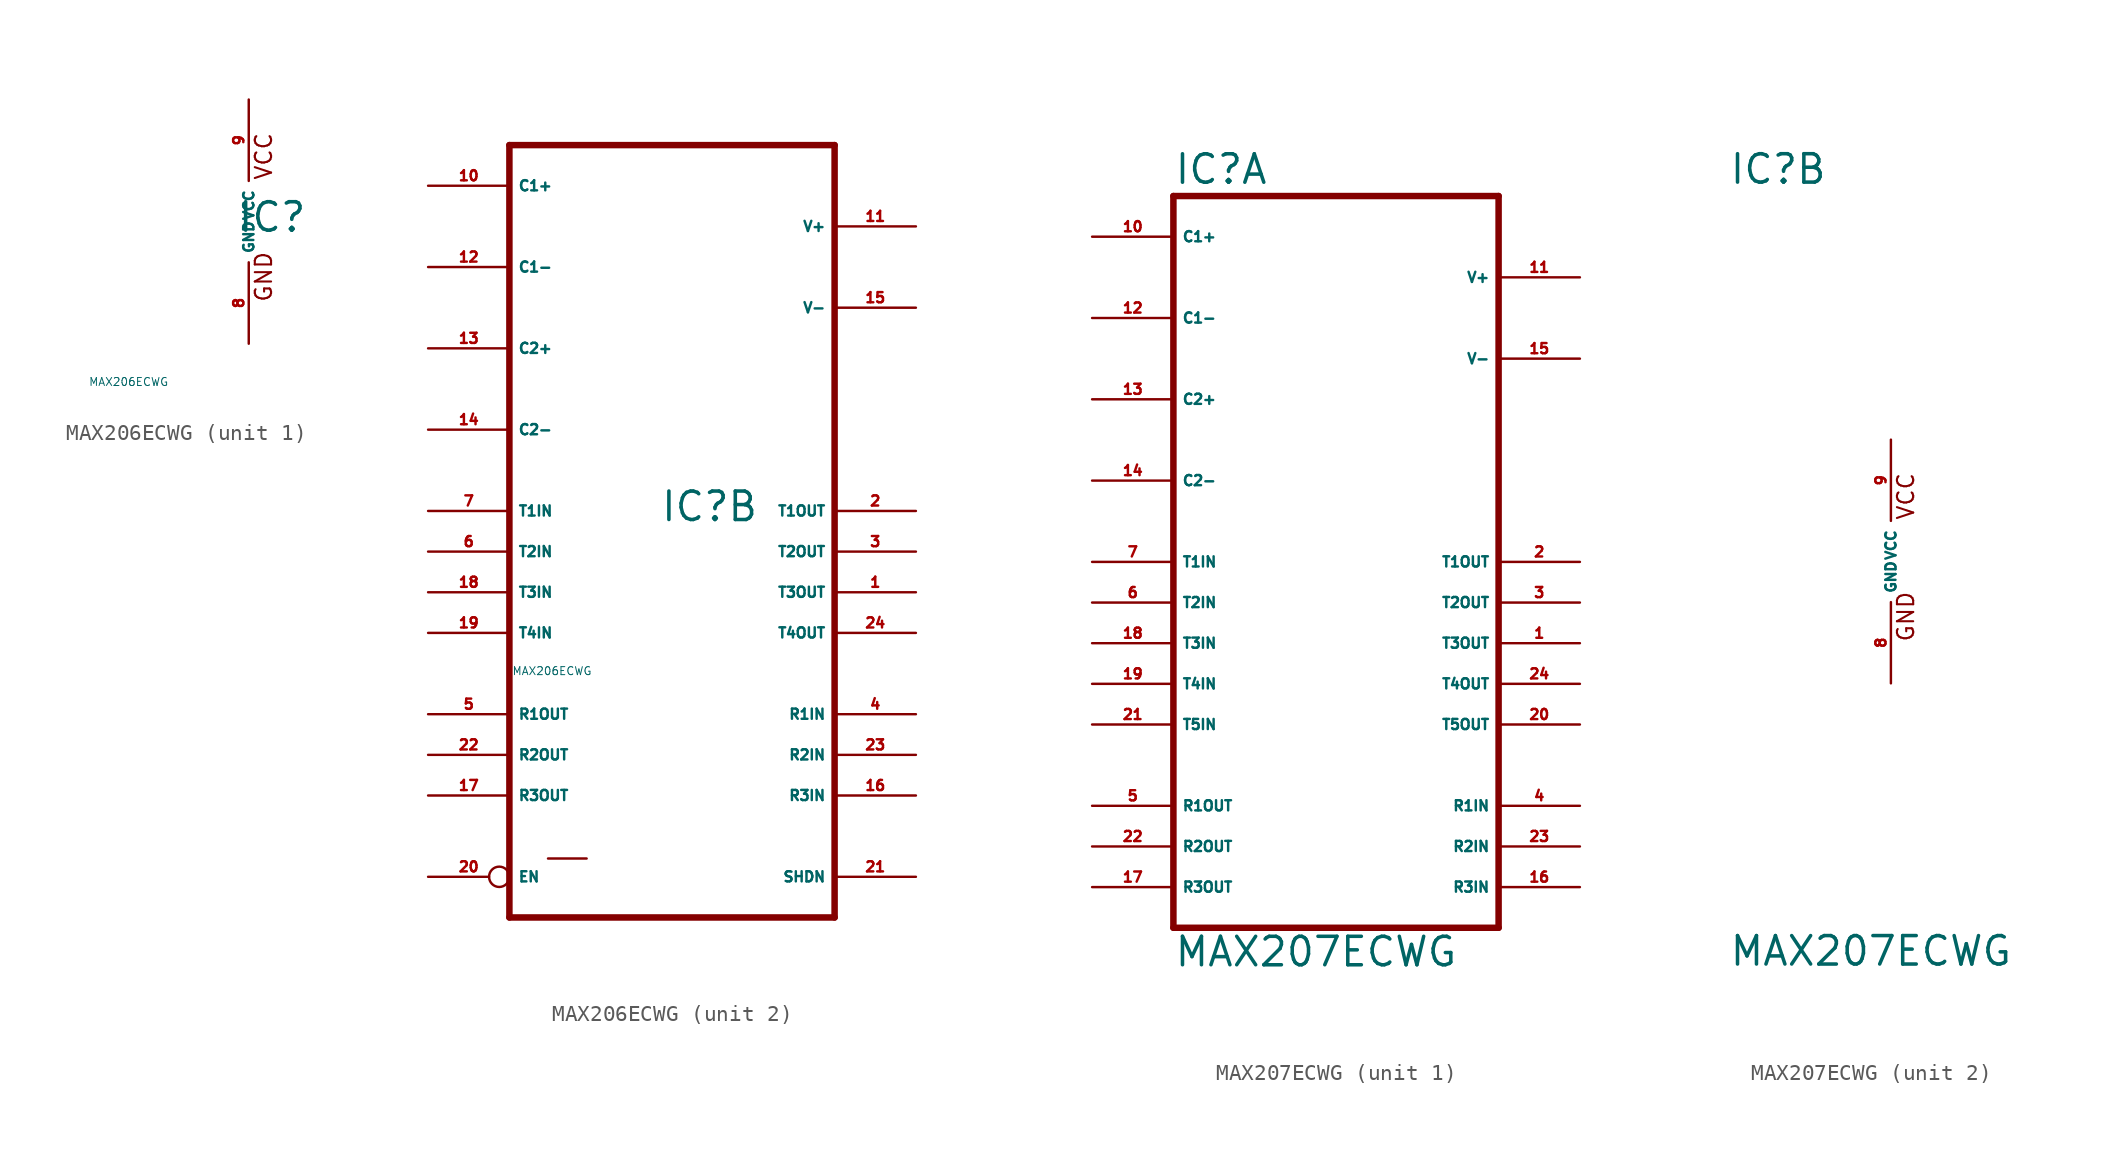
<source format=kicad_sym>
(kicad_symbol_lib
  (version 20220914)
  (generator Eagle2Kicad)
  (symbol "MAX206ECWG"
    (property "Reference" "IC"
      (at -0.762 -0.762 0)
      (effects (font (size 1.778 1.778) (thickness 0.22)) (justify left bottom)))
    (property "Value" "MAX206ECWG"
      (at -10 -10 0)
      (effects (font (size 0.5 0.5) (thickness 0.06)) (justify left)))
    (symbol "MAX206ECWG_1_0"
      (text "GND" (at 1.524 -5.08 900) (effects (font (size 1.016 1.016) (thickness 0.13)) (justify left bottom)))
      (text "VCC" (at 1.524 2.54 900) (effects (font (size 1.016 1.016) (thickness 0.13)) (justify left bottom)))
      (pin unspecified line (at 0 7.62 270) (length 5.08) (name "VCC" (effects (font (size 0.635 0.635) (thickness 0.08)) (justify left bottom))) (number "9" (effects (font (size 0.635 0.635) (thickness 0.08)) (justify left bottom))))
      (pin unspecified line (at 0 -7.62 90) (length 5.08) (name "GND" (effects (font (size 0.635 0.635) (thickness 0.08)) (justify left bottom))) (number "8" (effects (font (size 0.635 0.635) (thickness 0.08)) (justify left bottom)))))
    (symbol "MAX206ECWG_2_0"
      (polyline (pts (xy -10.16 22.86) (xy 10.16 22.86)) (stroke (width 0.406) (type default)) (fill (type none)))
      (polyline (pts (xy 10.16 -25.4) (xy 10.16 22.86)) (stroke (width 0.406) (type default)) (fill (type none)))
      (polyline (pts (xy 10.16 -25.4) (xy -10.16 -25.4)) (stroke (width 0.406) (type default)) (fill (type none)))
      (polyline (pts (xy -10.16 22.86) (xy -10.16 -25.4)) (stroke (width 0.406) (type default)) (fill (type none)))
      (polyline (pts (xy -7.747 -21.717) (xy -5.334 -21.717)) (stroke (width 0.152) (type default)) (fill (type none)))
      (pin passive inverted (at -15.24 -22.86 0) (length 5.08) (name "EN" (effects (font (size 0.635 0.635) (thickness 0.08)) (justify left bottom))) (number "20" (effects (font (size 0.635 0.635) (thickness 0.08)) (justify left bottom))))
      (pin bidirectional line (at -15.24 5.08 0) (length 5.08) (name "C2-" (effects (font (size 0.635 0.635) (thickness 0.08)) (justify left bottom))) (number "14" (effects (font (size 0.635 0.635) (thickness 0.08)) (justify left bottom))))
      (pin output line (at -15.24 -12.7 0) (length 5.08) (name "R1OUT" (effects (font (size 0.635 0.635) (thickness 0.08)) (justify left bottom))) (number "5" (effects (font (size 0.635 0.635) (thickness 0.08)) (justify left bottom))))
      (pin output line (at -15.24 -15.24 0) (length 5.08) (name "R2OUT" (effects (font (size 0.635 0.635) (thickness 0.08)) (justify left bottom))) (number "22" (effects (font (size 0.635 0.635) (thickness 0.08)) (justify left bottom))))
      (pin input line (at -15.24 0 0) (length 5.08) (name "T1IN" (effects (font (size 0.635 0.635) (thickness 0.08)) (justify left bottom))) (number "7" (effects (font (size 0.635 0.635) (thickness 0.08)) (justify left bottom))))
      (pin input line (at -15.24 -2.54 0) (length 5.08) (name "T2IN" (effects (font (size 0.635 0.635) (thickness 0.08)) (justify left bottom))) (number "6" (effects (font (size 0.635 0.635) (thickness 0.08)) (justify left bottom))))
      (pin input line (at -15.24 -5.08 0) (length 5.08) (name "T3IN" (effects (font (size 0.635 0.635) (thickness 0.08)) (justify left bottom))) (number "18" (effects (font (size 0.635 0.635) (thickness 0.08)) (justify left bottom))))
      (pin input line (at -15.24 -7.62 0) (length 5.08) (name "T4IN" (effects (font (size 0.635 0.635) (thickness 0.08)) (justify left bottom))) (number "19" (effects (font (size 0.635 0.635) (thickness 0.08)) (justify left bottom))))
      (pin input line (at 15.24 -17.78 180) (length 5.08) (name "R3IN" (effects (font (size 0.635 0.635) (thickness 0.08)) (justify left bottom))) (number "16" (effects (font (size 0.635 0.635) (thickness 0.08)) (justify left bottom))))
      (pin bidirectional line (at 15.24 17.78 180) (length 5.08) (name "V+" (effects (font (size 0.635 0.635) (thickness 0.08)) (justify left bottom))) (number "11" (effects (font (size 0.635 0.635) (thickness 0.08)) (justify left bottom))))
      (pin output line (at 15.24 0 180) (length 5.08) (name "T1OUT" (effects (font (size 0.635 0.635) (thickness 0.08)) (justify left bottom))) (number "2" (effects (font (size 0.635 0.635) (thickness 0.08)) (justify left bottom))))
      (pin output line (at 15.24 -2.54 180) (length 5.08) (name "T2OUT" (effects (font (size 0.635 0.635) (thickness 0.08)) (justify left bottom))) (number "3" (effects (font (size 0.635 0.635) (thickness 0.08)) (justify left bottom))))
      (pin output line (at 15.24 -5.08 180) (length 5.08) (name "T3OUT" (effects (font (size 0.635 0.635) (thickness 0.08)) (justify left bottom))) (number "1" (effects (font (size 0.635 0.635) (thickness 0.08)) (justify left bottom))))
      (pin output line (at 15.24 -7.62 180) (length 5.08) (name "T4OUT" (effects (font (size 0.635 0.635) (thickness 0.08)) (justify left bottom))) (number "24" (effects (font (size 0.635 0.635) (thickness 0.08)) (justify left bottom))))
      (pin bidirectional line (at -15.24 15.24 0) (length 5.08) (name "C1-" (effects (font (size 0.635 0.635) (thickness 0.08)) (justify left bottom))) (number "12" (effects (font (size 0.635 0.635) (thickness 0.08)) (justify left bottom))))
      (pin bidirectional line (at -15.24 10.16 0) (length 5.08) (name "C2+" (effects (font (size 0.635 0.635) (thickness 0.08)) (justify left bottom))) (number "13" (effects (font (size 0.635 0.635) (thickness 0.08)) (justify left bottom))))
      (pin output line (at -15.24 -17.78 0) (length 5.08) (name "R3OUT" (effects (font (size 0.635 0.635) (thickness 0.08)) (justify left bottom))) (number "17" (effects (font (size 0.635 0.635) (thickness 0.08)) (justify left bottom))))
      (pin input line (at 15.24 -15.24 180) (length 5.08) (name "R2IN" (effects (font (size 0.635 0.635) (thickness 0.08)) (justify left bottom))) (number "23" (effects (font (size 0.635 0.635) (thickness 0.08)) (justify left bottom))))
      (pin input line (at 15.24 -12.7 180) (length 5.08) (name "R1IN" (effects (font (size 0.635 0.635) (thickness 0.08)) (justify left bottom))) (number "4" (effects (font (size 0.635 0.635) (thickness 0.08)) (justify left bottom))))
      (pin passive line (at 15.24 -22.86 180) (length 5.08) (name "SHDN" (effects (font (size 0.635 0.635) (thickness 0.08)) (justify left bottom))) (number "21" (effects (font (size 0.635 0.635) (thickness 0.08)) (justify left bottom))))
      (pin bidirectional line (at -15.24 20.32 0) (length 5.08) (name "C1+" (effects (font (size 0.635 0.635) (thickness 0.08)) (justify left bottom))) (number "10" (effects (font (size 0.635 0.635) (thickness 0.08)) (justify left bottom))))
      (pin bidirectional line (at 15.24 12.7 180) (length 5.08) (name "V-" (effects (font (size 0.635 0.635) (thickness 0.08)) (justify left bottom))) (number "15" (effects (font (size 0.635 0.635) (thickness 0.08)) (justify left bottom))))))
  (symbol "MAX207ECWG"
    (property "Reference" "IC"
      (at -10.16 23.495 0)
      (effects (font (size 1.778 1.778) (thickness 0.22)) (justify left bottom)))
    (property "Value" "MAX207ECWG"
      (at -10.16 -25.4 0)
      (effects (font (size 1.778 1.778) (thickness 0.22)) (justify left bottom)))
    (symbol "MAX207ECWG_1_0"
      (polyline (pts (xy -10.16 22.86) (xy 10.16 22.86)) (stroke (width 0.406) (type default)) (fill (type none)))
      (polyline (pts (xy 10.16 -22.86) (xy 10.16 22.86)) (stroke (width 0.406) (type default)) (fill (type none)))
      (polyline (pts (xy 10.16 -22.86) (xy -10.16 -22.86)) (stroke (width 0.406) (type default)) (fill (type none)))
      (polyline (pts (xy -10.16 22.86) (xy -10.16 -22.86)) (stroke (width 0.406) (type default)) (fill (type none)))
      (pin input line (at -15.24 -10.16 0) (length 5.08) (name "T5IN" (effects (font (size 0.635 0.635) (thickness 0.08)) (justify left bottom))) (number "21" (effects (font (size 0.635 0.635) (thickness 0.08)) (justify left bottom))))
      (pin bidirectional line (at -15.24 5.08 0) (length 5.08) (name "C2-" (effects (font (size 0.635 0.635) (thickness 0.08)) (justify left bottom))) (number "14" (effects (font (size 0.635 0.635) (thickness 0.08)) (justify left bottom))))
      (pin output line (at -15.24 -15.24 0) (length 5.08) (name "R1OUT" (effects (font (size 0.635 0.635) (thickness 0.08)) (justify left bottom))) (number "5" (effects (font (size 0.635 0.635) (thickness 0.08)) (justify left bottom))))
      (pin output line (at -15.24 -17.78 0) (length 5.08) (name "R2OUT" (effects (font (size 0.635 0.635) (thickness 0.08)) (justify left bottom))) (number "22" (effects (font (size 0.635 0.635) (thickness 0.08)) (justify left bottom))))
      (pin input line (at -15.24 0 0) (length 5.08) (name "T1IN" (effects (font (size 0.635 0.635) (thickness 0.08)) (justify left bottom))) (number "7" (effects (font (size 0.635 0.635) (thickness 0.08)) (justify left bottom))))
      (pin input line (at -15.24 -2.54 0) (length 5.08) (name "T2IN" (effects (font (size 0.635 0.635) (thickness 0.08)) (justify left bottom))) (number "6" (effects (font (size 0.635 0.635) (thickness 0.08)) (justify left bottom))))
      (pin input line (at -15.24 -5.08 0) (length 5.08) (name "T3IN" (effects (font (size 0.635 0.635) (thickness 0.08)) (justify left bottom))) (number "18" (effects (font (size 0.635 0.635) (thickness 0.08)) (justify left bottom))))
      (pin input line (at -15.24 -7.62 0) (length 5.08) (name "T4IN" (effects (font (size 0.635 0.635) (thickness 0.08)) (justify left bottom))) (number "19" (effects (font (size 0.635 0.635) (thickness 0.08)) (justify left bottom))))
      (pin input line (at 15.24 -20.32 180) (length 5.08) (name "R3IN" (effects (font (size 0.635 0.635) (thickness 0.08)) (justify left bottom))) (number "16" (effects (font (size 0.635 0.635) (thickness 0.08)) (justify left bottom))))
      (pin bidirectional line (at 15.24 17.78 180) (length 5.08) (name "V+" (effects (font (size 0.635 0.635) (thickness 0.08)) (justify left bottom))) (number "11" (effects (font (size 0.635 0.635) (thickness 0.08)) (justify left bottom))))
      (pin output line (at 15.24 0 180) (length 5.08) (name "T1OUT" (effects (font (size 0.635 0.635) (thickness 0.08)) (justify left bottom))) (number "2" (effects (font (size 0.635 0.635) (thickness 0.08)) (justify left bottom))))
      (pin output line (at 15.24 -2.54 180) (length 5.08) (name "T2OUT" (effects (font (size 0.635 0.635) (thickness 0.08)) (justify left bottom))) (number "3" (effects (font (size 0.635 0.635) (thickness 0.08)) (justify left bottom))))
      (pin output line (at 15.24 -5.08 180) (length 5.08) (name "T3OUT" (effects (font (size 0.635 0.635) (thickness 0.08)) (justify left bottom))) (number "1" (effects (font (size 0.635 0.635) (thickness 0.08)) (justify left bottom))))
      (pin output line (at 15.24 -7.62 180) (length 5.08) (name "T4OUT" (effects (font (size 0.635 0.635) (thickness 0.08)) (justify left bottom))) (number "24" (effects (font (size 0.635 0.635) (thickness 0.08)) (justify left bottom))))
      (pin bidirectional line (at -15.24 15.24 0) (length 5.08) (name "C1-" (effects (font (size 0.635 0.635) (thickness 0.08)) (justify left bottom))) (number "12" (effects (font (size 0.635 0.635) (thickness 0.08)) (justify left bottom))))
      (pin bidirectional line (at -15.24 10.16 0) (length 5.08) (name "C2+" (effects (font (size 0.635 0.635) (thickness 0.08)) (justify left bottom))) (number "13" (effects (font (size 0.635 0.635) (thickness 0.08)) (justify left bottom))))
      (pin output line (at -15.24 -20.32 0) (length 5.08) (name "R3OUT" (effects (font (size 0.635 0.635) (thickness 0.08)) (justify left bottom))) (number "17" (effects (font (size 0.635 0.635) (thickness 0.08)) (justify left bottom))))
      (pin input line (at 15.24 -17.78 180) (length 5.08) (name "R2IN" (effects (font (size 0.635 0.635) (thickness 0.08)) (justify left bottom))) (number "23" (effects (font (size 0.635 0.635) (thickness 0.08)) (justify left bottom))))
      (pin input line (at 15.24 -15.24 180) (length 5.08) (name "R1IN" (effects (font (size 0.635 0.635) (thickness 0.08)) (justify left bottom))) (number "4" (effects (font (size 0.635 0.635) (thickness 0.08)) (justify left bottom))))
      (pin output line (at 15.24 -10.16 180) (length 5.08) (name "T5OUT" (effects (font (size 0.635 0.635) (thickness 0.08)) (justify left bottom))) (number "20" (effects (font (size 0.635 0.635) (thickness 0.08)) (justify left bottom))))
      (pin bidirectional line (at -15.24 20.32 0) (length 5.08) (name "C1+" (effects (font (size 0.635 0.635) (thickness 0.08)) (justify left bottom))) (number "10" (effects (font (size 0.635 0.635) (thickness 0.08)) (justify left bottom))))
      (pin bidirectional line (at 15.24 12.7 180) (length 5.08) (name "V-" (effects (font (size 0.635 0.635) (thickness 0.08)) (justify left bottom))) (number "15" (effects (font (size 0.635 0.635) (thickness 0.08)) (justify left bottom)))))
    (symbol "MAX207ECWG_2_0"
      (text "GND" (at 1.524 -5.08 900) (effects (font (size 1.016 1.016) (thickness 0.13)) (justify left bottom)))
      (text "VCC" (at 1.524 2.54 900) (effects (font (size 1.016 1.016) (thickness 0.13)) (justify left bottom)))
      (pin unspecified line (at 0 7.62 270) (length 5.08) (name "VCC" (effects (font (size 0.635 0.635) (thickness 0.08)) (justify left bottom))) (number "9" (effects (font (size 0.635 0.635) (thickness 0.08)) (justify left bottom))))
      (pin unspecified line (at 0 -7.62 90) (length 5.08) (name "GND" (effects (font (size 0.635 0.635) (thickness 0.08)) (justify left bottom))) (number "8" (effects (font (size 0.635 0.635) (thickness 0.08)) (justify left bottom)))))))
</source>
